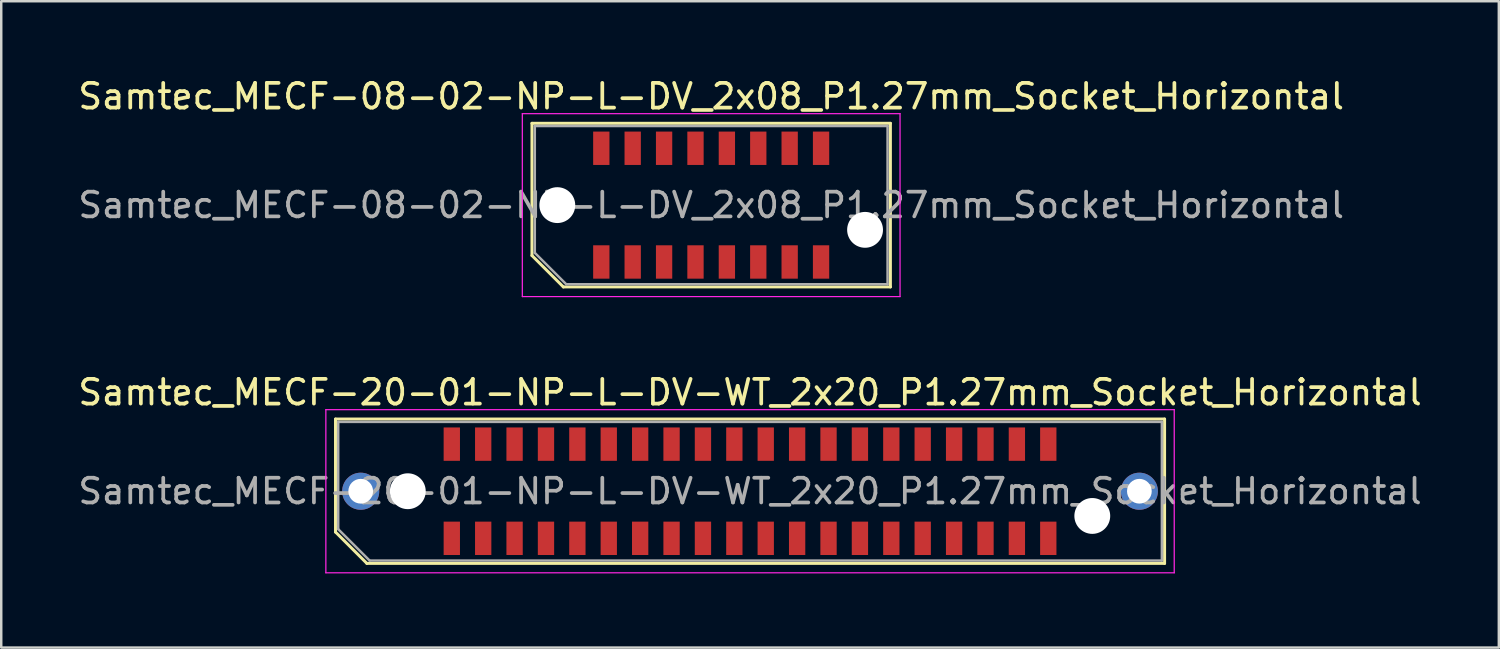
<source format=kicad_pcb>
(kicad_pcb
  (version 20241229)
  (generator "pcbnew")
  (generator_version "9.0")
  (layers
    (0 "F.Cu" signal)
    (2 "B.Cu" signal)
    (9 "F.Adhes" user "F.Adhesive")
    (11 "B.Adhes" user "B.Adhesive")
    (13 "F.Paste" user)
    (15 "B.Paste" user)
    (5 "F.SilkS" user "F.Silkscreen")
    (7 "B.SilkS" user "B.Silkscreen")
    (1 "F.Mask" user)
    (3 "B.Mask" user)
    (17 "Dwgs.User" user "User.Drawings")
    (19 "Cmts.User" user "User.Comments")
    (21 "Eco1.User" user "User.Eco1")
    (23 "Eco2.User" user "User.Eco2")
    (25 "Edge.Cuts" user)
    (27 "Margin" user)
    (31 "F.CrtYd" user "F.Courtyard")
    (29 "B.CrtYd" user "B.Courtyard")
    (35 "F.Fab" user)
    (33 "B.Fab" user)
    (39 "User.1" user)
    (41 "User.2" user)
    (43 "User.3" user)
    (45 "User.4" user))
  (footprint "Samtec_MECF-20-01-NP-L-DV-WT_2x20_P1.27mm_Socket_Horizontal"
    (layer "F.Cu")
    (at 27.292 16.822)
    (property "Reference" "Samtec_MECF-20-01-NP-L-DV-WT_2x20_P1.27mm_Socket_Horizontal" (at 0 -4 0) (layer "F.SilkS") (effects (font (size 1 1) (thickness 0.15))))
    (attr smd)
    (fp_line (start -16.77 -2.92) (end 16.77 -2.92) (stroke (width 0.12) (type solid)) (layer "F.SilkS"))
    (fp_line (start -16.77 1.65) (end -16.77 -2.92) (stroke (width 0.12) (type solid)) (layer "F.SilkS"))
    (fp_line (start -15.5 2.92) (end -16.77 1.65) (stroke (width 0.12) (type solid)) (layer "F.SilkS"))
    (fp_line (start -15.5 2.92) (end 16.77 2.92) (stroke (width 0.12) (type solid)) (layer "F.SilkS"))
    (fp_line (start 16.77 2.92) (end 16.77 -2.92) (stroke (width 0.12) (type solid)) (layer "F.SilkS"))
    (fp_line (start -17.16 -3.3) (end -17.16 3.3) (stroke (width 0.05) (type solid)) (layer "F.CrtYd"))
    (fp_line (start -17.16 3.3) (end 17.16 3.3) (stroke (width 0.05) (type solid)) (layer "F.CrtYd"))
    (fp_line (start 17.16 -3.3) (end -17.16 -3.3) (stroke (width 0.05) (type solid)) (layer "F.CrtYd"))
    (fp_line (start 17.16 3.3) (end 17.16 -3.3) (stroke (width 0.05) (type solid)) (layer "F.CrtYd"))
    (fp_line (start -16.66 -2.805) (end 16.66 -2.805) (stroke (width 0.1) (type solid)) (layer "F.Fab"))
    (fp_line (start -16.66 1.535) (end -16.66 -2.805) (stroke (width 0.1) (type solid)) (layer "F.Fab"))
    (fp_line (start -16.66 1.535) (end -15.39 2.805) (stroke (width 0.1) (type solid)) (layer "F.Fab"))
    (fp_line (start -15.39 2.805) (end 16.66 2.805) (stroke (width 0.1) (type solid)) (layer "F.Fab"))
    (fp_line (start 16.66 2.805) (end 16.66 -2.805) (stroke (width 0.1) (type solid)) (layer "F.Fab"))
    (fp_text user "${REFERENCE}" (at 0 0 0) (layer "F.Fab") (effects (font (size 1 1) (thickness 0.15))))
    (pad "" thru_hole circle (at -15.75 0) (size 1.5 1.5) (drill 1) (layers "*.Cu" "*.Mask"))
    (pad "" np_thru_hole circle (at -13.845 0) (size 1.45 1.45) (drill 1.45) (layers "*.Cu" "*.Mask"))
    (pad "" np_thru_hole circle (at 13.845 1) (size 1.45 1.45) (drill 1.45) (layers "*.Cu" "*.Mask"))
    (pad "" thru_hole circle (at 15.75 0) (size 1.5 1.5) (drill 1) (layers "*.Cu" "*.Mask"))
    (pad "1" smd rect (at -12.065 1.905) (size 0.66 1.35) (layers "F.Cu" "F.Mask" "F.Paste"))
    (pad "2" smd rect (at -12.065 -1.905) (size 0.66 1.35) (layers "F.Cu" "F.Mask" "F.Paste"))
    (pad "3" smd rect (at -10.795 1.905) (size 0.66 1.35) (layers "F.Cu" "F.Mask" "F.Paste"))
    (pad "4" smd rect (at -10.795 -1.905) (size 0.66 1.35) (layers "F.Cu" "F.Mask" "F.Paste"))
    (pad "5" smd rect (at -9.525 1.905) (size 0.66 1.35) (layers "F.Cu" "F.Mask" "F.Paste"))
    (pad "6" smd rect (at -9.525 -1.905) (size 0.66 1.35) (layers "F.Cu" "F.Mask" "F.Paste"))
    (pad "7" smd rect (at -8.255 1.905) (size 0.66 1.35) (layers "F.Cu" "F.Mask" "F.Paste"))
    (pad "8" smd rect (at -8.255 -1.905) (size 0.66 1.35) (layers "F.Cu" "F.Mask" "F.Paste"))
    (pad "9" smd rect (at -6.985 1.905) (size 0.66 1.35) (layers "F.Cu" "F.Mask" "F.Paste"))
    (pad "10" smd rect (at -6.985 -1.905) (size 0.66 1.35) (layers "F.Cu" "F.Mask" "F.Paste"))
    (pad "11" smd rect (at -5.715 1.905) (size 0.66 1.35) (layers "F.Cu" "F.Mask" "F.Paste"))
    (pad "12" smd rect (at -5.715 -1.905) (size 0.66 1.35) (layers "F.Cu" "F.Mask" "F.Paste"))
    (pad "13" smd rect (at -4.445 1.905) (size 0.66 1.35) (layers "F.Cu" "F.Mask" "F.Paste"))
    (pad "14" smd rect (at -4.445 -1.905) (size 0.66 1.35) (layers "F.Cu" "F.Mask" "F.Paste"))
    (pad "15" smd rect (at -3.175 1.905) (size 0.66 1.35) (layers "F.Cu" "F.Mask" "F.Paste"))
    (pad "16" smd rect (at -3.175 -1.905) (size 0.66 1.35) (layers "F.Cu" "F.Mask" "F.Paste"))
    (pad "17" smd rect (at -1.905 1.905) (size 0.66 1.35) (layers "F.Cu" "F.Mask" "F.Paste"))
    (pad "18" smd rect (at -1.905 -1.905) (size 0.66 1.35) (layers "F.Cu" "F.Mask" "F.Paste"))
    (pad "19" smd rect (at -0.635 1.905) (size 0.66 1.35) (layers "F.Cu" "F.Mask" "F.Paste"))
    (pad "20" smd rect (at -0.635 -1.905) (size 0.66 1.35) (layers "F.Cu" "F.Mask" "F.Paste"))
    (pad "21" smd rect (at 0.635 1.905) (size 0.66 1.35) (layers "F.Cu" "F.Mask" "F.Paste"))
    (pad "22" smd rect (at 0.635 -1.905) (size 0.66 1.35) (layers "F.Cu" "F.Mask" "F.Paste"))
    (pad "23" smd rect (at 1.905 1.905) (size 0.66 1.35) (layers "F.Cu" "F.Mask" "F.Paste"))
    (pad "24" smd rect (at 1.905 -1.905) (size 0.66 1.35) (layers "F.Cu" "F.Mask" "F.Paste"))
    (pad "25" smd rect (at 3.175 1.905) (size 0.66 1.35) (layers "F.Cu" "F.Mask" "F.Paste"))
    (pad "26" smd rect (at 3.175 -1.905) (size 0.66 1.35) (layers "F.Cu" "F.Mask" "F.Paste"))
    (pad "27" smd rect (at 4.445 1.905) (size 0.66 1.35) (layers "F.Cu" "F.Mask" "F.Paste"))
    (pad "28" smd rect (at 4.445 -1.905) (size 0.66 1.35) (layers "F.Cu" "F.Mask" "F.Paste"))
    (pad "29" smd rect (at 5.715 1.905) (size 0.66 1.35) (layers "F.Cu" "F.Mask" "F.Paste"))
    (pad "30" smd rect (at 5.715 -1.905) (size 0.66 1.35) (layers "F.Cu" "F.Mask" "F.Paste"))
    (pad "31" smd rect (at 6.985 1.905) (size 0.66 1.35) (layers "F.Cu" "F.Mask" "F.Paste"))
    (pad "32" smd rect (at 6.985 -1.905) (size 0.66 1.35) (layers "F.Cu" "F.Mask" "F.Paste"))
    (pad "33" smd rect (at 8.255 1.905) (size 0.66 1.35) (layers "F.Cu" "F.Mask" "F.Paste"))
    (pad "34" smd rect (at 8.255 -1.905) (size 0.66 1.35) (layers "F.Cu" "F.Mask" "F.Paste"))
    (pad "35" smd rect (at 9.525 1.905) (size 0.66 1.35) (layers "F.Cu" "F.Mask" "F.Paste"))
    (pad "36" smd rect (at 9.525 -1.905) (size 0.66 1.35) (layers "F.Cu" "F.Mask" "F.Paste"))
    (pad "37" smd rect (at 10.795 1.905) (size 0.66 1.35) (layers "F.Cu" "F.Mask" "F.Paste"))
    (pad "38" smd rect (at 10.795 -1.905) (size 0.66 1.35) (layers "F.Cu" "F.Mask" "F.Paste"))
    (pad "39" smd rect (at 12.065 1.905) (size 0.66 1.35) (layers "F.Cu" "F.Mask" "F.Paste"))
    (pad "40" smd rect (at 12.065 -1.905) (size 0.66 1.35) (layers "F.Cu" "F.Mask" "F.Paste")))
  (footprint "Samtec_MECF-08-02-NP-L-DV_2x08_P1.27mm_Socket_Horizontal"
    (layer "F.Cu")
    (at 25.72 5.248)
    (property "Reference" "Samtec_MECF-08-02-NP-L-DV_2x08_P1.27mm_Socket_Horizontal" (at 0 -4.4 0) (layer "F.SilkS") (effects (font (size 1 1) (thickness 0.15))))
    (attr smd)
    (fp_line (start -7.25 -3.31) (end 7.25 -3.31) (stroke (width 0.12) (type solid)) (layer "F.SilkS"))
    (fp_line (start -7.25 2.04) (end -7.25 -3.31) (stroke (width 0.12) (type solid)) (layer "F.SilkS"))
    (fp_line (start -5.98 3.31) (end -7.25 2.04) (stroke (width 0.12) (type solid)) (layer "F.SilkS"))
    (fp_line (start -5.98 3.31) (end 7.25 3.31) (stroke (width 0.12) (type solid)) (layer "F.SilkS"))
    (fp_line (start 7.25 3.31) (end 7.25 -3.31) (stroke (width 0.12) (type solid)) (layer "F.SilkS"))
    (fp_line (start -7.64 -3.7) (end -7.64 3.7) (stroke (width 0.05) (type solid)) (layer "F.CrtYd"))
    (fp_line (start -7.64 3.7) (end 7.64 3.7) (stroke (width 0.05) (type solid)) (layer "F.CrtYd"))
    (fp_line (start 7.64 -3.7) (end -7.64 -3.7) (stroke (width 0.05) (type solid)) (layer "F.CrtYd"))
    (fp_line (start 7.64 3.7) (end 7.64 -3.7) (stroke (width 0.05) (type solid)) (layer "F.CrtYd"))
    (fp_line (start -7.135 -3.2) (end 7.135 -3.2) (stroke (width 0.1) (type solid)) (layer "F.Fab"))
    (fp_line (start -7.135 1.93) (end -7.135 -3.2) (stroke (width 0.1) (type solid)) (layer "F.Fab"))
    (fp_line (start -7.135 1.93) (end -5.865 3.2) (stroke (width 0.1) (type solid)) (layer "F.Fab"))
    (fp_line (start -5.865 3.2) (end 7.135 3.2) (stroke (width 0.1) (type solid)) (layer "F.Fab"))
    (fp_line (start 7.135 3.2) (end 7.135 -3.2) (stroke (width 0.1) (type solid)) (layer "F.Fab"))
    (fp_text user "${REFERENCE}" (at 0 0 0) (layer "F.Fab") (effects (font (size 1 1) (thickness 0.15))))
    (pad "" np_thru_hole circle (at -6.225 0) (size 1.45 1.45) (drill 1.45) (layers "*.Cu" "*.Mask"))
    (pad "" np_thru_hole circle (at 6.225 1) (size 1.45 1.45) (drill 1.45) (layers "*.Cu" "*.Mask"))
    (pad "1" smd rect (at -4.445 2.3) (size 0.66 1.35) (layers "F.Cu" "F.Mask" "F.Paste"))
    (pad "2" smd rect (at -4.445 -2.3) (size 0.66 1.35) (layers "F.Cu" "F.Mask" "F.Paste"))
    (pad "3" smd rect (at -3.175 2.3) (size 0.66 1.35) (layers "F.Cu" "F.Mask" "F.Paste"))
    (pad "4" smd rect (at -3.175 -2.3) (size 0.66 1.35) (layers "F.Cu" "F.Mask" "F.Paste"))
    (pad "5" smd rect (at -1.905 2.3) (size 0.66 1.35) (layers "F.Cu" "F.Mask" "F.Paste"))
    (pad "6" smd rect (at -1.905 -2.3) (size 0.66 1.35) (layers "F.Cu" "F.Mask" "F.Paste"))
    (pad "7" smd rect (at -0.635 2.3) (size 0.66 1.35) (layers "F.Cu" "F.Mask" "F.Paste"))
    (pad "8" smd rect (at -0.635 -2.3) (size 0.66 1.35) (layers "F.Cu" "F.Mask" "F.Paste"))
    (pad "9" smd rect (at 0.635 2.3) (size 0.66 1.35) (layers "F.Cu" "F.Mask" "F.Paste"))
    (pad "10" smd rect (at 0.635 -2.3) (size 0.66 1.35) (layers "F.Cu" "F.Mask" "F.Paste"))
    (pad "11" smd rect (at 1.905 2.3) (size 0.66 1.35) (layers "F.Cu" "F.Mask" "F.Paste"))
    (pad "12" smd rect (at 1.905 -2.3) (size 0.66 1.35) (layers "F.Cu" "F.Mask" "F.Paste"))
    (pad "13" smd rect (at 3.175 2.3) (size 0.66 1.35) (layers "F.Cu" "F.Mask" "F.Paste"))
    (pad "14" smd rect (at 3.175 -2.3) (size 0.66 1.35) (layers "F.Cu" "F.Mask" "F.Paste"))
    (pad "15" smd rect (at 4.445 2.3) (size 0.66 1.35) (layers "F.Cu" "F.Mask" "F.Paste"))
    (pad "16" smd rect (at 4.445 -2.3) (size 0.66 1.35) (layers "F.Cu" "F.Mask" "F.Paste")))
  (gr_rect
    (start -3 -3)
    (end 57.583 23.146)
    (stroke (width 0.1) (type default))
    (fill no)
    (layer "Edge.Cuts")))
</source>
